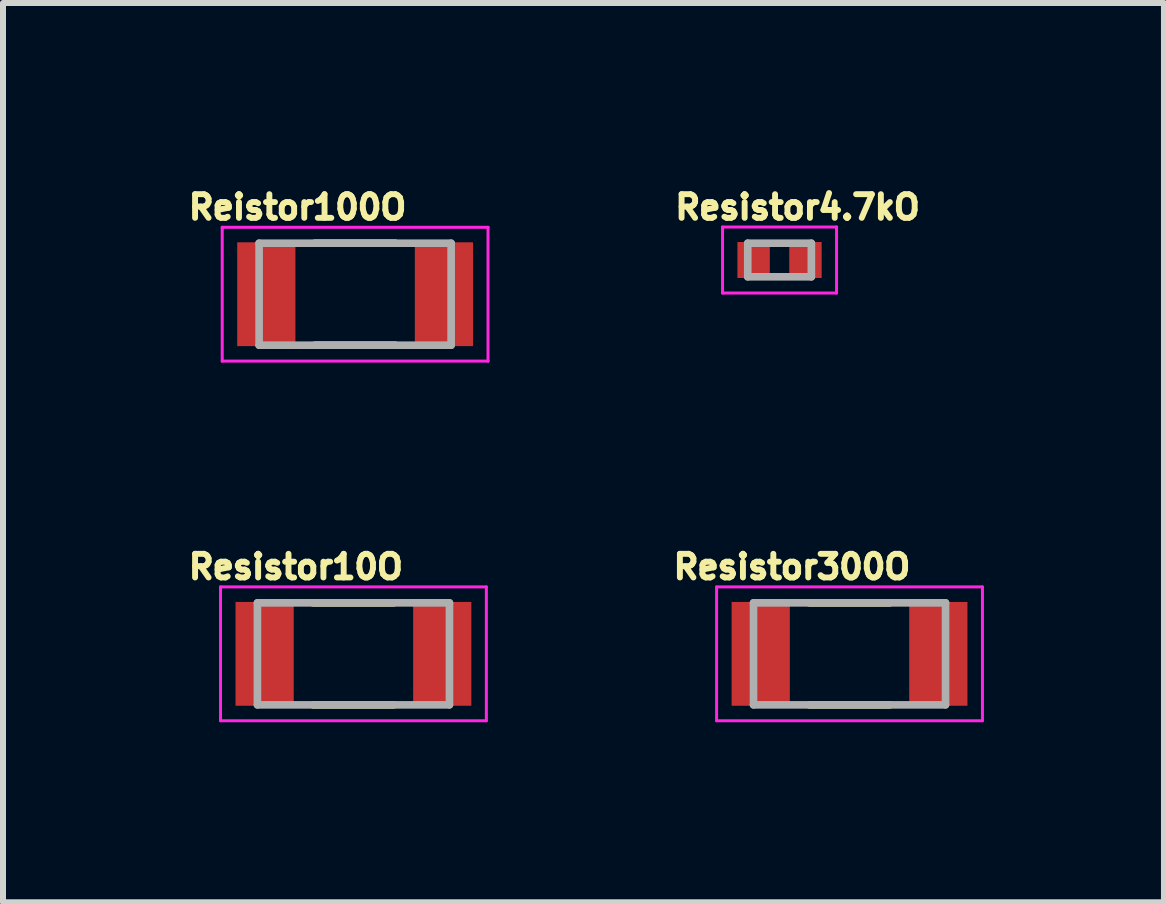
<source format=kicad_pcb>
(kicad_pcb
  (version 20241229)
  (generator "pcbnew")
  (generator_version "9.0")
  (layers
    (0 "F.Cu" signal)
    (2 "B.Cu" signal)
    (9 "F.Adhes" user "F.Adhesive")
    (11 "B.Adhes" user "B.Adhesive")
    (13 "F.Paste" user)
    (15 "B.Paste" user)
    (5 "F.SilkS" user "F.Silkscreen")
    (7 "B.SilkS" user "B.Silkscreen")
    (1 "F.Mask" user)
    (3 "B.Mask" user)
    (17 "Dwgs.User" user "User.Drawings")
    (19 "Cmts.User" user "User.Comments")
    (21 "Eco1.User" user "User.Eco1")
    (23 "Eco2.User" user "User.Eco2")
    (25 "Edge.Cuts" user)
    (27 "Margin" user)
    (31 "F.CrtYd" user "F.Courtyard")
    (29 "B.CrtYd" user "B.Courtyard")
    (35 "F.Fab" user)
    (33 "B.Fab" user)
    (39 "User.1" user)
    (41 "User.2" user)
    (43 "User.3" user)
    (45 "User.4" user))
  (footprint "Resistor10O"
    (layer "F.Cu")
    (at 2.84 7.846)
    (property "Reference" "Resistor10O" (at -0.96 -1.45 0) (layer "F.SilkS") (effects (font (size 0.394 0.394) (thickness 0.15))))
    (attr smd)
    (fp_line (start -0.67 -0.85) (end 0.67 -0.85) (stroke (width 0.127) (type solid)) (layer "F.SilkS"))
    (fp_line (start -0.67 0.85) (end 0.67 0.85) (stroke (width 0.127) (type solid)) (layer "F.SilkS"))
    (fp_line (start -2.215 -1.115) (end 2.215 -1.115) (stroke (width 0.05) (type solid)) (layer "F.CrtYd"))
    (fp_line (start -2.215 1.115) (end -2.215 -1.115) (stroke (width 0.05) (type solid)) (layer "F.CrtYd"))
    (fp_line (start -2.215 1.115) (end 2.215 1.115) (stroke (width 0.05) (type solid)) (layer "F.CrtYd"))
    (fp_line (start 2.215 1.115) (end 2.215 -1.115) (stroke (width 0.05) (type solid)) (layer "F.CrtYd"))
    (fp_line (start -1.6 0.85) (end -1.6 -0.85) (stroke (width 0.127) (type solid)) (layer "F.Fab"))
    (fp_line (start 1.6 -0.85) (end -1.6 -0.85) (stroke (width 0.127) (type solid)) (layer "F.Fab"))
    (fp_line (start 1.6 0.85) (end -1.6 0.85) (stroke (width 0.127) (type solid)) (layer "F.Fab"))
    (fp_line (start 1.6 0.85) (end 1.6 -0.85) (stroke (width 0.127) (type solid)) (layer "F.Fab"))
    (pad "1" smd rect (at -1.48 0) (size 0.97 1.73) (layers "F.Cu" "F.Mask" "F.Paste"))
    (pad "2" smd rect (at 1.48 0) (size 0.97 1.73) (layers "F.Cu" "F.Mask" "F.Paste")))
  (footprint "Resistor4.7kO"
    (layer "F.Cu")
    (at 9.941 1.283)
    (property "Reference" "Resistor4.7kO" (at 0.3 -0.88 0) (layer "F.SilkS") (effects (font (size 0.394 0.394) (thickness 0.15))))
    (attr smd)
    (fp_line (start -0.95 -0.55) (end 0.95 -0.55) (stroke (width 0.05) (type solid)) (layer "F.CrtYd"))
    (fp_line (start -0.95 0.55) (end -0.95 -0.55) (stroke (width 0.05) (type solid)) (layer "F.CrtYd"))
    (fp_line (start -0.95 0.55) (end 0.95 0.55) (stroke (width 0.05) (type solid)) (layer "F.CrtYd"))
    (fp_line (start 0.95 0.55) (end 0.95 -0.55) (stroke (width 0.05) (type solid)) (layer "F.CrtYd"))
    (fp_line (start -0.53 0.28) (end -0.53 -0.28) (stroke (width 0.127) (type solid)) (layer "F.Fab"))
    (fp_line (start 0.53 -0.28) (end -0.53 -0.28) (stroke (width 0.127) (type solid)) (layer "F.Fab"))
    (fp_line (start 0.53 0.28) (end -0.53 0.28) (stroke (width 0.127) (type solid)) (layer "F.Fab"))
    (fp_line (start 0.53 0.28) (end 0.53 -0.28) (stroke (width 0.127) (type solid)) (layer "F.Fab"))
    (pad "1" smd rect (at -0.432 0) (size 0.54 0.6) (layers "F.Cu" "F.Mask" "F.Paste"))
    (pad "2" smd rect (at 0.432 0) (size 0.54 0.6) (layers "F.Cu" "F.Mask" "F.Paste")))
  (footprint "Resistor300O"
    (layer "F.Cu")
    (at 11.107 7.846)
    (property "Reference" "Resistor300O" (at -0.96 -1.45 0) (layer "F.SilkS") (effects (font (size 0.394 0.394) (thickness 0.15))))
    (attr smd)
    (fp_line (start -0.67 -0.85) (end 0.67 -0.85) (stroke (width 0.127) (type solid)) (layer "F.SilkS"))
    (fp_line (start -0.67 0.85) (end 0.67 0.85) (stroke (width 0.127) (type solid)) (layer "F.SilkS"))
    (fp_line (start -2.215 -1.115) (end 2.215 -1.115) (stroke (width 0.05) (type solid)) (layer "F.CrtYd"))
    (fp_line (start -2.215 1.115) (end -2.215 -1.115) (stroke (width 0.05) (type solid)) (layer "F.CrtYd"))
    (fp_line (start -2.215 1.115) (end 2.215 1.115) (stroke (width 0.05) (type solid)) (layer "F.CrtYd"))
    (fp_line (start 2.215 1.115) (end 2.215 -1.115) (stroke (width 0.05) (type solid)) (layer "F.CrtYd"))
    (fp_line (start -1.6 0.85) (end -1.6 -0.85) (stroke (width 0.127) (type solid)) (layer "F.Fab"))
    (fp_line (start 1.6 -0.85) (end -1.6 -0.85) (stroke (width 0.127) (type solid)) (layer "F.Fab"))
    (fp_line (start 1.6 0.85) (end -1.6 0.85) (stroke (width 0.127) (type solid)) (layer "F.Fab"))
    (fp_line (start 1.6 0.85) (end 1.6 -0.85) (stroke (width 0.127) (type solid)) (layer "F.Fab"))
    (pad "1" smd rect (at -1.48 0) (size 0.97 1.73) (layers "F.Cu" "F.Mask" "F.Paste"))
    (pad "2" smd rect (at 1.48 0) (size 0.97 1.73) (layers "F.Cu" "F.Mask" "F.Paste")))
  (footprint "Reistor100O"
    (layer "F.Cu")
    (at 2.868 1.853)
    (property "Reference" "Reistor100O" (at -0.96 -1.45 0) (layer "F.SilkS") (effects (font (size 0.394 0.394) (thickness 0.15))))
    (attr smd)
    (fp_line (start -0.67 -0.85) (end 0.67 -0.85) (stroke (width 0.127) (type solid)) (layer "F.SilkS"))
    (fp_line (start -0.67 0.85) (end 0.67 0.85) (stroke (width 0.127) (type solid)) (layer "F.SilkS"))
    (fp_line (start -2.215 -1.115) (end 2.215 -1.115) (stroke (width 0.05) (type solid)) (layer "F.CrtYd"))
    (fp_line (start -2.215 1.115) (end -2.215 -1.115) (stroke (width 0.05) (type solid)) (layer "F.CrtYd"))
    (fp_line (start -2.215 1.115) (end 2.215 1.115) (stroke (width 0.05) (type solid)) (layer "F.CrtYd"))
    (fp_line (start 2.215 1.115) (end 2.215 -1.115) (stroke (width 0.05) (type solid)) (layer "F.CrtYd"))
    (fp_line (start -1.6 0.85) (end -1.6 -0.85) (stroke (width 0.127) (type solid)) (layer "F.Fab"))
    (fp_line (start 1.6 -0.85) (end -1.6 -0.85) (stroke (width 0.127) (type solid)) (layer "F.Fab"))
    (fp_line (start 1.6 0.85) (end -1.6 0.85) (stroke (width 0.127) (type solid)) (layer "F.Fab"))
    (fp_line (start 1.6 0.85) (end 1.6 -0.85) (stroke (width 0.127) (type solid)) (layer "F.Fab"))
    (pad "1" smd rect (at -1.48 0) (size 0.97 1.73) (layers "F.Cu" "F.Mask" "F.Paste"))
    (pad "2" smd rect (at 1.48 0) (size 0.97 1.73) (layers "F.Cu" "F.Mask" "F.Paste")))
  (gr_rect
    (start -3 -3)
    (end 16.347 11.986)
    (stroke (width 0.1) (type default))
    (fill no)
    (layer "Edge.Cuts")))
</source>
